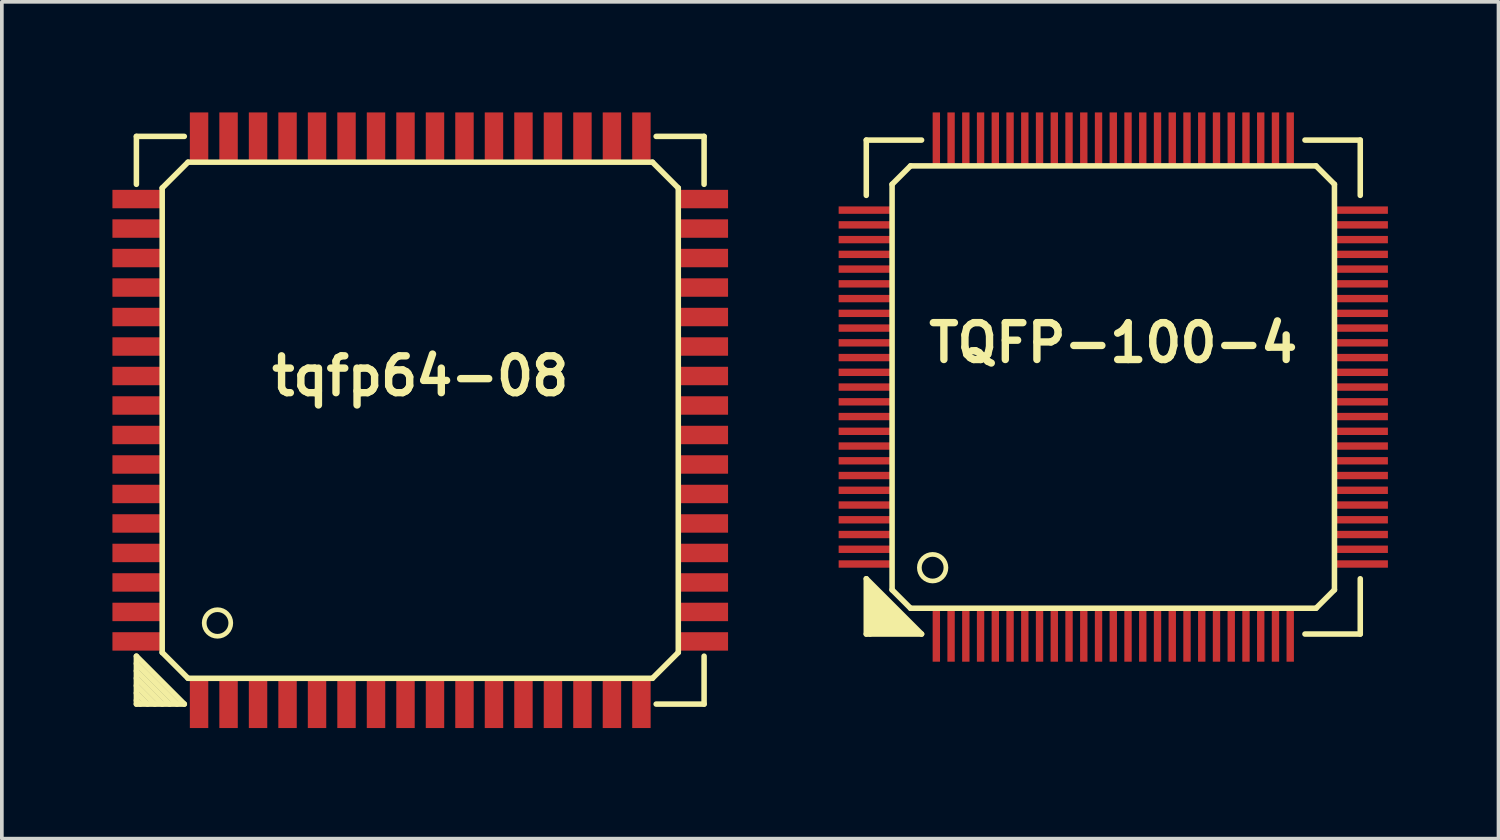
<source format=kicad_pcb>
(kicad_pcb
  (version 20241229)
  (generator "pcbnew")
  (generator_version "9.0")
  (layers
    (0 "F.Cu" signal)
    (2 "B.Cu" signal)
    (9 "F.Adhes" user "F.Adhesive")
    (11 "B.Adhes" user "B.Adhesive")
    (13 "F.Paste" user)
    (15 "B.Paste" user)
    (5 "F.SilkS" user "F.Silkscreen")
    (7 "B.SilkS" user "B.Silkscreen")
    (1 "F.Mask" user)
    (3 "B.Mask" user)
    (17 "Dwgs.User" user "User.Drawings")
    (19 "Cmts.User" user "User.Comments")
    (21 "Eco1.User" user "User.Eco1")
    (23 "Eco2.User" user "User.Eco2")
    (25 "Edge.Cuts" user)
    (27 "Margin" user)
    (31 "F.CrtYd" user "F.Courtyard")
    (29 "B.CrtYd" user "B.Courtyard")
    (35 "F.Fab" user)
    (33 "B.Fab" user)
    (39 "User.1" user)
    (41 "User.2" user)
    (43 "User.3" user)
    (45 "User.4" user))
  (footprint "tqfp64-08"
    (layer "F.Cu")
    (at 8.35 8.35)
    (property "Reference" "tqfp64-08" (at 0 -1.2 0) (layer "F.SilkS") (effects (font (size 1 1) (thickness 0.2))))
    (attr through_hole)
    (fp_line (start -7.7 -7.7) (end -6.4 -7.7) (stroke (width 0.15) (type solid)) (layer "F.SilkS"))
    (fp_line (start -7.7 -6.4) (end -7.7 -7.7) (stroke (width 0.15) (type solid)) (layer "F.SilkS"))
    (fp_line (start -7.7 6.4) (end -6.4 7.7) (stroke (width 0.15) (type solid)) (layer "F.SilkS"))
    (fp_line (start -7.7 6.6) (end -6.6 7.7) (stroke (width 0.15) (type solid)) (layer "F.SilkS"))
    (fp_line (start -7.7 7) (end -7 7.7) (stroke (width 0.15) (type solid)) (layer "F.SilkS"))
    (fp_line (start -7.7 7.4) (end -7.4 7.7) (stroke (width 0.15) (type solid)) (layer "F.SilkS"))
    (fp_line (start -7.7 7.7) (end -7.7 6.4) (stroke (width 0.15) (type solid)) (layer "F.SilkS"))
    (fp_line (start -7.7 7.7) (end -6.4 7.7) (stroke (width 0.15) (type solid)) (layer "F.SilkS"))
    (fp_line (start -7.6 7.7) (end -7.7 7.6) (stroke (width 0.15) (type solid)) (layer "F.SilkS"))
    (fp_line (start -7.2 7.7) (end -7.7 7.2) (stroke (width 0.15) (type solid)) (layer "F.SilkS"))
    (fp_line (start -7 -6.3) (end -7 6.3) (stroke (width 0.15) (type solid)) (layer "F.SilkS"))
    (fp_line (start -7 6.3) (end -6.3 7) (stroke (width 0.15) (type solid)) (layer "F.SilkS"))
    (fp_line (start -6.8 7.7) (end -7.7 6.8) (stroke (width 0.15) (type solid)) (layer "F.SilkS"))
    (fp_line (start -6.3 -7) (end -7 -6.3) (stroke (width 0.15) (type solid)) (layer "F.SilkS"))
    (fp_line (start -6.3 7) (end 6.3 7) (stroke (width 0.15) (type solid)) (layer "F.SilkS"))
    (fp_line (start 6.3 -7) (end -6.3 -7) (stroke (width 0.15) (type solid)) (layer "F.SilkS"))
    (fp_line (start 6.3 7) (end 7 6.3) (stroke (width 0.15) (type solid)) (layer "F.SilkS"))
    (fp_line (start 6.4 -7.7) (end 7.7 -7.7) (stroke (width 0.15) (type solid)) (layer "F.SilkS"))
    (fp_line (start 6.4 7.7) (end 7.7 7.7) (stroke (width 0.15) (type solid)) (layer "F.SilkS"))
    (fp_line (start 7 -6.3) (end 6.3 -7) (stroke (width 0.15) (type solid)) (layer "F.SilkS"))
    (fp_line (start 7 6.3) (end 7 -6.3) (stroke (width 0.15) (type solid)) (layer "F.SilkS"))
    (fp_line (start 7.7 -7.7) (end 7.7 -6.4) (stroke (width 0.15) (type solid)) (layer "F.SilkS"))
    (fp_line (start 7.7 7.7) (end 7.7 6.4) (stroke (width 0.15) (type solid)) (layer "F.SilkS"))
    (fp_circle (center -5.5 5.5) (end -5.7 5.8) (stroke (width 0.127) (type solid)) (fill no) (layer "F.SilkS"))
    (pad "1" smd rect (at -6 7.7) (size 0.5 1.3) (layers "F.Cu" "F.Mask" "F.Paste"))
    (pad "2" smd rect (at -5.2 7.7) (size 0.5 1.3) (layers "F.Cu" "F.Mask" "F.Paste"))
    (pad "3" smd rect (at -4.4 7.7) (size 0.5 1.3) (layers "F.Cu" "F.Mask" "F.Paste"))
    (pad "4" smd rect (at -3.6 7.7) (size 0.5 1.3) (layers "F.Cu" "F.Mask" "F.Paste"))
    (pad "5" smd rect (at -2.8 7.7) (size 0.5 1.3) (layers "F.Cu" "F.Mask" "F.Paste"))
    (pad "6" smd rect (at -2 7.7) (size 0.5 1.3) (layers "F.Cu" "F.Mask" "F.Paste"))
    (pad "7" smd rect (at -1.2 7.7) (size 0.5 1.3) (layers "F.Cu" "F.Mask" "F.Paste"))
    (pad "8" smd rect (at -0.4 7.7) (size 0.5 1.3) (layers "F.Cu" "F.Mask" "F.Paste"))
    (pad "9" smd rect (at 0.4 7.7) (size 0.5 1.3) (layers "F.Cu" "F.Mask" "F.Paste"))
    (pad "10" smd rect (at 1.2 7.7) (size 0.5 1.3) (layers "F.Cu" "F.Mask" "F.Paste"))
    (pad "11" smd rect (at 2 7.7) (size 0.5 1.3) (layers "F.Cu" "F.Mask" "F.Paste"))
    (pad "12" smd rect (at 2.8 7.7) (size 0.5 1.3) (layers "F.Cu" "F.Mask" "F.Paste"))
    (pad "13" smd rect (at 3.6 7.7) (size 0.5 1.3) (layers "F.Cu" "F.Mask" "F.Paste"))
    (pad "14" smd rect (at 4.4 7.7) (size 0.5 1.3) (layers "F.Cu" "F.Mask" "F.Paste"))
    (pad "15" smd rect (at 5.2 7.7) (size 0.5 1.3) (layers "F.Cu" "F.Mask" "F.Paste"))
    (pad "16" smd rect (at 6 7.7) (size 0.5 1.3) (layers "F.Cu" "F.Mask" "F.Paste"))
    (pad "17" smd rect (at 7.7 6) (size 1.3 0.5) (layers "F.Cu" "F.Mask" "F.Paste"))
    (pad "18" smd rect (at 7.7 5.2) (size 1.3 0.5) (layers "F.Cu" "F.Mask" "F.Paste"))
    (pad "19" smd rect (at 7.7 4.4) (size 1.3 0.5) (layers "F.Cu" "F.Mask" "F.Paste"))
    (pad "20" smd rect (at 7.7 3.6) (size 1.3 0.5) (layers "F.Cu" "F.Mask" "F.Paste"))
    (pad "21" smd rect (at 7.7 2.8) (size 1.3 0.5) (layers "F.Cu" "F.Mask" "F.Paste"))
    (pad "22" smd rect (at 7.7 2) (size 1.3 0.5) (layers "F.Cu" "F.Mask" "F.Paste"))
    (pad "23" smd rect (at 7.7 1.2) (size 1.3 0.5) (layers "F.Cu" "F.Mask" "F.Paste"))
    (pad "24" smd rect (at 7.7 0.4) (size 1.3 0.5) (layers "F.Cu" "F.Mask" "F.Paste"))
    (pad "25" smd rect (at 7.7 -0.4) (size 1.3 0.5) (layers "F.Cu" "F.Mask" "F.Paste"))
    (pad "26" smd rect (at 7.7 -1.2) (size 1.3 0.5) (layers "F.Cu" "F.Mask" "F.Paste"))
    (pad "27" smd rect (at 7.7 -2) (size 1.3 0.5) (layers "F.Cu" "F.Mask" "F.Paste"))
    (pad "28" smd rect (at 7.7 -2.8) (size 1.3 0.5) (layers "F.Cu" "F.Mask" "F.Paste"))
    (pad "29" smd rect (at 7.7 -3.6) (size 1.3 0.5) (layers "F.Cu" "F.Mask" "F.Paste"))
    (pad "30" smd rect (at 7.7 -4.4) (size 1.3 0.5) (layers "F.Cu" "F.Mask" "F.Paste"))
    (pad "31" smd rect (at 7.7 -5.2) (size 1.3 0.5) (layers "F.Cu" "F.Mask" "F.Paste"))
    (pad "32" smd rect (at 7.7 -6) (size 1.3 0.5) (layers "F.Cu" "F.Mask" "F.Paste"))
    (pad "33" smd rect (at 6 -7.7) (size 0.5 1.3) (layers "F.Cu" "F.Mask" "F.Paste"))
    (pad "34" smd rect (at 5.2 -7.7) (size 0.5 1.3) (layers "F.Cu" "F.Mask" "F.Paste"))
    (pad "35" smd rect (at 4.4 -7.7) (size 0.5 1.3) (layers "F.Cu" "F.Mask" "F.Paste"))
    (pad "36" smd rect (at 3.6 -7.7) (size 0.5 1.3) (layers "F.Cu" "F.Mask" "F.Paste"))
    (pad "37" smd rect (at 2.8 -7.7) (size 0.5 1.3) (layers "F.Cu" "F.Mask" "F.Paste"))
    (pad "38" smd rect (at 2 -7.7) (size 0.5 1.3) (layers "F.Cu" "F.Mask" "F.Paste"))
    (pad "39" smd rect (at 1.2 -7.7) (size 0.5 1.3) (layers "F.Cu" "F.Mask" "F.Paste"))
    (pad "40" smd rect (at 0.4 -7.7) (size 0.5 1.3) (layers "F.Cu" "F.Mask" "F.Paste"))
    (pad "41" smd rect (at -0.4 -7.7) (size 0.5 1.3) (layers "F.Cu" "F.Mask" "F.Paste"))
    (pad "42" smd rect (at -1.2 -7.7) (size 0.5 1.3) (layers "F.Cu" "F.Mask" "F.Paste"))
    (pad "43" smd rect (at -2 -7.7) (size 0.5 1.3) (layers "F.Cu" "F.Mask" "F.Paste"))
    (pad "44" smd rect (at -2.8 -7.7) (size 0.5 1.3) (layers "F.Cu" "F.Mask" "F.Paste"))
    (pad "45" smd rect (at -3.6 -7.7) (size 0.5 1.3) (layers "F.Cu" "F.Mask" "F.Paste"))
    (pad "46" smd rect (at -4.4 -7.7) (size 0.5 1.3) (layers "F.Cu" "F.Mask" "F.Paste"))
    (pad "47" smd rect (at -5.2 -7.7) (size 0.5 1.3) (layers "F.Cu" "F.Mask" "F.Paste"))
    (pad "48" smd rect (at -6 -7.7) (size 0.5 1.3) (layers "F.Cu" "F.Mask" "F.Paste"))
    (pad "49" smd rect (at -7.7 -6) (size 1.3 0.5) (layers "F.Cu" "F.Mask" "F.Paste"))
    (pad "50" smd rect (at -7.7 -5.2) (size 1.3 0.5) (layers "F.Cu" "F.Mask" "F.Paste"))
    (pad "51" smd rect (at -7.7 -4.4) (size 1.3 0.5) (layers "F.Cu" "F.Mask" "F.Paste"))
    (pad "52" smd rect (at -7.7 -3.6) (size 1.3 0.5) (layers "F.Cu" "F.Mask" "F.Paste"))
    (pad "53" smd rect (at -7.7 -2.8) (size 1.3 0.5) (layers "F.Cu" "F.Mask" "F.Paste"))
    (pad "54" smd rect (at -7.7 -2) (size 1.3 0.5) (layers "F.Cu" "F.Mask" "F.Paste"))
    (pad "55" smd rect (at -7.7 -1.2) (size 1.3 0.5) (layers "F.Cu" "F.Mask" "F.Paste"))
    (pad "56" smd rect (at -7.7 -0.4) (size 1.3 0.5) (layers "F.Cu" "F.Mask" "F.Paste"))
    (pad "57" smd rect (at -7.7 0.4) (size 1.3 0.5) (layers "F.Cu" "F.Mask" "F.Paste"))
    (pad "58" smd rect (at -7.7 1.2) (size 1.3 0.5) (layers "F.Cu" "F.Mask" "F.Paste"))
    (pad "59" smd rect (at -7.7 2) (size 1.3 0.5) (layers "F.Cu" "F.Mask" "F.Paste"))
    (pad "60" smd rect (at -7.7 2.8) (size 1.3 0.5) (layers "F.Cu" "F.Mask" "F.Paste"))
    (pad "61" smd rect (at -7.7 3.6) (size 1.3 0.5) (layers "F.Cu" "F.Mask" "F.Paste"))
    (pad "62" smd rect (at -7.7 4.4) (size 1.3 0.5) (layers "F.Cu" "F.Mask" "F.Paste"))
    (pad "63" smd rect (at -7.7 5.2) (size 1.3 0.5) (layers "F.Cu" "F.Mask" "F.Paste"))
    (pad "64" smd rect (at -7.7 6) (size 1.3 0.5) (layers "F.Cu" "F.Mask" "F.Paste")))
  (footprint "TQFP-100-4"
    (layer "F.Cu")
    (at 27.15 7.45)
    (property "Reference" "TQFP-100-4" (at 0 -1.2 0) (layer "F.SilkS") (effects (font (size 1 1) (thickness 0.2))))
    (attr through_hole)
    (fp_line (start -6.7 -6.7) (end -6.7 -5.2) (stroke (width 0.15) (type solid)) (layer "F.SilkS"))
    (fp_line (start -6.7 5.2) (end -6.7 6.7) (stroke (width 0.15) (type solid)) (layer "F.SilkS"))
    (fp_line (start -6.7 5.2) (end -5.2 6.7) (stroke (width 0.15) (type solid)) (layer "F.SilkS"))
    (fp_line (start -6.7 6.7) (end -5.2 6.7) (stroke (width 0.15) (type solid)) (layer "F.SilkS"))
    (fp_line (start -6.6 5.4) (end -5.4 6.6) (stroke (width 0.15) (type solid)) (layer "F.SilkS"))
    (fp_line (start -6.6 6.7) (end -6.6 5.4) (stroke (width 0.15) (type solid)) (layer "F.SilkS"))
    (fp_line (start -6.5 5.6) (end -5.6 6.5) (stroke (width 0.15) (type solid)) (layer "F.SilkS"))
    (fp_line (start -6.5 6.6) (end -6.5 5.6) (stroke (width 0.15) (type solid)) (layer "F.SilkS"))
    (fp_line (start -6.4 5.8) (end -5.8 6.4) (stroke (width 0.15) (type solid)) (layer "F.SilkS"))
    (fp_line (start -6.4 6.5) (end -6.4 5.8) (stroke (width 0.15) (type solid)) (layer "F.SilkS"))
    (fp_line (start -6.3 6) (end -6 6.3) (stroke (width 0.15) (type solid)) (layer "F.SilkS"))
    (fp_line (start -6.3 6.4) (end -6.3 6) (stroke (width 0.15) (type solid)) (layer "F.SilkS"))
    (fp_line (start -6.2 6.3) (end -6.2 6.2) (stroke (width 0.15) (type solid)) (layer "F.SilkS"))
    (fp_line (start -6 -5.5) (end -6 5.5) (stroke (width 0.15) (type solid)) (layer "F.SilkS"))
    (fp_line (start -6 -5.5) (end -5.5 -6) (stroke (width 0.15) (type solid)) (layer "F.SilkS"))
    (fp_line (start -6 6.3) (end -6.2 6.3) (stroke (width 0.15) (type solid)) (layer "F.SilkS"))
    (fp_line (start -5.8 6.4) (end -6.3 6.4) (stroke (width 0.15) (type solid)) (layer "F.SilkS"))
    (fp_line (start -5.6 6.5) (end -6.4 6.5) (stroke (width 0.15) (type solid)) (layer "F.SilkS"))
    (fp_line (start -5.5 6) (end -6 5.5) (stroke (width 0.15) (type solid)) (layer "F.SilkS"))
    (fp_line (start -5.5 6) (end 5.5 6) (stroke (width 0.15) (type solid)) (layer "F.SilkS"))
    (fp_line (start -5.4 6.6) (end -6.5 6.6) (stroke (width 0.15) (type solid)) (layer "F.SilkS"))
    (fp_line (start -5.2 -6.7) (end -6.7 -6.7) (stroke (width 0.15) (type solid)) (layer "F.SilkS"))
    (fp_line (start 5.5 -6) (end -5.5 -6) (stroke (width 0.15) (type solid)) (layer "F.SilkS"))
    (fp_line (start 5.5 -6) (end 6 -5.5) (stroke (width 0.15) (type solid)) (layer "F.SilkS"))
    (fp_line (start 6 5.5) (end 5.5 6) (stroke (width 0.15) (type solid)) (layer "F.SilkS"))
    (fp_line (start 6 5.5) (end 6 -5.5) (stroke (width 0.15) (type solid)) (layer "F.SilkS"))
    (fp_line (start 6.7 -6.7) (end 5.2 -6.7) (stroke (width 0.15) (type solid)) (layer "F.SilkS"))
    (fp_line (start 6.7 -5.2) (end 6.7 -6.7) (stroke (width 0.15) (type solid)) (layer "F.SilkS"))
    (fp_line (start 6.7 6.7) (end 5.2 6.7) (stroke (width 0.15) (type solid)) (layer "F.SilkS"))
    (fp_line (start 6.7 6.7) (end 6.7 5.2) (stroke (width 0.15) (type solid)) (layer "F.SilkS"))
    (fp_circle (center -4.9 4.9) (end -5.1 5.2) (stroke (width 0.127) (type solid)) (fill no) (layer "F.SilkS"))
    (pad "1" smd rect (at -4.8 6.7) (size 0.2 1.5) (layers "F.Cu" "F.Mask" "F.Paste"))
    (pad "2" smd rect (at -4.4 6.7) (size 0.2 1.5) (layers "F.Cu" "F.Mask" "F.Paste"))
    (pad "3" smd rect (at -4 6.7) (size 0.2 1.5) (layers "F.Cu" "F.Mask" "F.Paste"))
    (pad "4" smd rect (at -3.6 6.7) (size 0.2 1.5) (layers "F.Cu" "F.Mask" "F.Paste"))
    (pad "5" smd rect (at -3.2 6.7) (size 0.2 1.5) (layers "F.Cu" "F.Mask" "F.Paste"))
    (pad "6" smd rect (at -2.8 6.7) (size 0.2 1.5) (layers "F.Cu" "F.Mask" "F.Paste"))
    (pad "7" smd rect (at -2.4 6.7) (size 0.2 1.5) (layers "F.Cu" "F.Mask" "F.Paste"))
    (pad "8" smd rect (at -2 6.7) (size 0.2 1.5) (layers "F.Cu" "F.Mask" "F.Paste"))
    (pad "9" smd rect (at -1.6 6.7) (size 0.2 1.5) (layers "F.Cu" "F.Mask" "F.Paste"))
    (pad "10" smd rect (at -1.2 6.7) (size 0.2 1.5) (layers "F.Cu" "F.Mask" "F.Paste"))
    (pad "11" smd rect (at -0.8 6.7) (size 0.2 1.5) (layers "F.Cu" "F.Mask" "F.Paste"))
    (pad "12" smd rect (at -0.4 6.7) (size 0.2 1.5) (layers "F.Cu" "F.Mask" "F.Paste"))
    (pad "13" smd rect (at 0 6.7) (size 0.2 1.5) (layers "F.Cu" "F.Mask" "F.Paste"))
    (pad "14" smd rect (at 0.4 6.7) (size 0.2 1.5) (layers "F.Cu" "F.Mask" "F.Paste"))
    (pad "15" smd rect (at 0.8 6.7) (size 0.2 1.5) (layers "F.Cu" "F.Mask" "F.Paste"))
    (pad "16" smd rect (at 1.2 6.7) (size 0.2 1.5) (layers "F.Cu" "F.Mask" "F.Paste"))
    (pad "17" smd rect (at 1.6 6.7) (size 0.2 1.5) (layers "F.Cu" "F.Mask" "F.Paste"))
    (pad "18" smd rect (at 2 6.7) (size 0.2 1.5) (layers "F.Cu" "F.Mask" "F.Paste"))
    (pad "19" smd rect (at 2.4 6.7) (size 0.2 1.5) (layers "F.Cu" "F.Mask" "F.Paste"))
    (pad "20" smd rect (at 2.8 6.7) (size 0.2 1.5) (layers "F.Cu" "F.Mask" "F.Paste"))
    (pad "21" smd rect (at 3.2 6.7) (size 0.2 1.5) (layers "F.Cu" "F.Mask" "F.Paste"))
    (pad "22" smd rect (at 3.6 6.7) (size 0.2 1.5) (layers "F.Cu" "F.Mask" "F.Paste"))
    (pad "23" smd rect (at 4 6.7) (size 0.2 1.5) (layers "F.Cu" "F.Mask" "F.Paste"))
    (pad "24" smd rect (at 4.4 6.7) (size 0.2 1.5) (layers "F.Cu" "F.Mask" "F.Paste"))
    (pad "25" smd rect (at 4.8 6.7) (size 0.2 1.5) (layers "F.Cu" "F.Mask" "F.Paste"))
    (pad "26" smd rect (at 6.7 4.8) (size 1.5 0.2) (layers "F.Cu" "F.Mask" "F.Paste"))
    (pad "27" smd rect (at 6.7 4.4) (size 1.5 0.2) (layers "F.Cu" "F.Mask" "F.Paste"))
    (pad "28" smd rect (at 6.7 4) (size 1.5 0.2) (layers "F.Cu" "F.Mask" "F.Paste"))
    (pad "29" smd rect (at 6.7 3.6) (size 1.5 0.2) (layers "F.Cu" "F.Mask" "F.Paste"))
    (pad "30" smd rect (at 6.7 3.2) (size 1.5 0.2) (layers "F.Cu" "F.Mask" "F.Paste"))
    (pad "31" smd rect (at 6.7 2.8) (size 1.5 0.2) (layers "F.Cu" "F.Mask" "F.Paste"))
    (pad "32" smd rect (at 6.7 2.4) (size 1.5 0.2) (layers "F.Cu" "F.Mask" "F.Paste"))
    (pad "33" smd rect (at 6.7 2) (size 1.5 0.2) (layers "F.Cu" "F.Mask" "F.Paste"))
    (pad "34" smd rect (at 6.7 1.6) (size 1.5 0.2) (layers "F.Cu" "F.Mask" "F.Paste"))
    (pad "35" smd rect (at 6.7 1.2) (size 1.5 0.2) (layers "F.Cu" "F.Mask" "F.Paste"))
    (pad "36" smd rect (at 6.7 0.8) (size 1.5 0.2) (layers "F.Cu" "F.Mask" "F.Paste"))
    (pad "37" smd rect (at 6.7 0.4) (size 1.5 0.2) (layers "F.Cu" "F.Mask" "F.Paste"))
    (pad "38" smd rect (at 6.7 0) (size 1.5 0.2) (layers "F.Cu" "F.Mask" "F.Paste"))
    (pad "39" smd rect (at 6.7 -0.4) (size 1.5 0.2) (layers "F.Cu" "F.Mask" "F.Paste"))
    (pad "40" smd rect (at 6.7 -0.8) (size 1.5 0.2) (layers "F.Cu" "F.Mask" "F.Paste"))
    (pad "41" smd rect (at 6.7 -1.2) (size 1.5 0.2) (layers "F.Cu" "F.Mask" "F.Paste"))
    (pad "42" smd rect (at 6.7 -1.6) (size 1.5 0.2) (layers "F.Cu" "F.Mask" "F.Paste"))
    (pad "43" smd rect (at 6.7 -2) (size 1.5 0.2) (layers "F.Cu" "F.Mask" "F.Paste"))
    (pad "44" smd rect (at 6.7 -2.4) (size 1.5 0.2) (layers "F.Cu" "F.Mask" "F.Paste"))
    (pad "45" smd rect (at 6.7 -2.8) (size 1.5 0.2) (layers "F.Cu" "F.Mask" "F.Paste"))
    (pad "46" smd rect (at 6.7 -3.2) (size 1.5 0.2) (layers "F.Cu" "F.Mask" "F.Paste"))
    (pad "47" smd rect (at 6.7 -3.6) (size 1.5 0.2) (layers "F.Cu" "F.Mask" "F.Paste"))
    (pad "48" smd rect (at 6.7 -4) (size 1.5 0.2) (layers "F.Cu" "F.Mask" "F.Paste"))
    (pad "49" smd rect (at 6.7 -4.4) (size 1.5 0.2) (layers "F.Cu" "F.Mask" "F.Paste"))
    (pad "50" smd rect (at 6.7 -4.8) (size 1.5 0.2) (layers "F.Cu" "F.Mask" "F.Paste"))
    (pad "51" smd rect (at 4.8 -6.7) (size 0.2 1.5) (layers "F.Cu" "F.Mask" "F.Paste"))
    (pad "52" smd rect (at 4.4 -6.7) (size 0.2 1.5) (layers "F.Cu" "F.Mask" "F.Paste"))
    (pad "53" smd rect (at 4 -6.7) (size 0.2 1.5) (layers "F.Cu" "F.Mask" "F.Paste"))
    (pad "54" smd rect (at 3.6 -6.7) (size 0.2 1.5) (layers "F.Cu" "F.Mask" "F.Paste"))
    (pad "55" smd rect (at 3.2 -6.7) (size 0.2 1.5) (layers "F.Cu" "F.Mask" "F.Paste"))
    (pad "56" smd rect (at 2.8 -6.7) (size 0.2 1.5) (layers "F.Cu" "F.Mask" "F.Paste"))
    (pad "57" smd rect (at 2.4 -6.7) (size 0.2 1.5) (layers "F.Cu" "F.Mask" "F.Paste"))
    (pad "58" smd rect (at 2 -6.7) (size 0.2 1.5) (layers "F.Cu" "F.Mask" "F.Paste"))
    (pad "59" smd rect (at 1.6 -6.7) (size 0.2 1.5) (layers "F.Cu" "F.Mask" "F.Paste"))
    (pad "60" smd rect (at 1.2 -6.7) (size 0.2 1.5) (layers "F.Cu" "F.Mask" "F.Paste"))
    (pad "61" smd rect (at 0.8 -6.7) (size 0.2 1.5) (layers "F.Cu" "F.Mask" "F.Paste"))
    (pad "62" smd rect (at 0.4 -6.7) (size 0.2 1.5) (layers "F.Cu" "F.Mask" "F.Paste"))
    (pad "63" smd rect (at 0 -6.7) (size 0.2 1.5) (layers "F.Cu" "F.Mask" "F.Paste"))
    (pad "64" smd rect (at -0.4 -6.7) (size 0.2 1.5) (layers "F.Cu" "F.Mask" "F.Paste"))
    (pad "65" smd rect (at -0.8 -6.7) (size 0.2 1.5) (layers "F.Cu" "F.Mask" "F.Paste"))
    (pad "66" smd rect (at -1.2 -6.7) (size 0.2 1.5) (layers "F.Cu" "F.Mask" "F.Paste"))
    (pad "67" smd rect (at -1.6 -6.7) (size 0.2 1.5) (layers "F.Cu" "F.Mask" "F.Paste"))
    (pad "68" smd rect (at -2 -6.7) (size 0.2 1.5) (layers "F.Cu" "F.Mask" "F.Paste"))
    (pad "69" smd rect (at -2.4 -6.7) (size 0.2 1.5) (layers "F.Cu" "F.Mask" "F.Paste"))
    (pad "70" smd rect (at -2.8 -6.7) (size 0.2 1.5) (layers "F.Cu" "F.Mask" "F.Paste"))
    (pad "71" smd rect (at -3.2 -6.7) (size 0.2 1.5) (layers "F.Cu" "F.Mask" "F.Paste"))
    (pad "72" smd rect (at -3.6 -6.7) (size 0.2 1.5) (layers "F.Cu" "F.Mask" "F.Paste"))
    (pad "73" smd rect (at -4 -6.7) (size 0.2 1.5) (layers "F.Cu" "F.Mask" "F.Paste"))
    (pad "74" smd rect (at -4.4 -6.7) (size 0.2 1.5) (layers "F.Cu" "F.Mask" "F.Paste"))
    (pad "75" smd rect (at -4.8 -6.7) (size 0.2 1.5) (layers "F.Cu" "F.Mask" "F.Paste"))
    (pad "76" smd rect (at -6.7 -4.8) (size 1.5 0.2) (layers "F.Cu" "F.Mask" "F.Paste"))
    (pad "77" smd rect (at -6.7 -4.4) (size 1.5 0.2) (layers "F.Cu" "F.Mask" "F.Paste"))
    (pad "78" smd rect (at -6.7 -4) (size 1.5 0.2) (layers "F.Cu" "F.Mask" "F.Paste"))
    (pad "79" smd rect (at -6.7 -3.6) (size 1.5 0.2) (layers "F.Cu" "F.Mask" "F.Paste"))
    (pad "80" smd rect (at -6.7 -3.2) (size 1.5 0.2) (layers "F.Cu" "F.Mask" "F.Paste"))
    (pad "81" smd rect (at -6.7 -2.8) (size 1.5 0.2) (layers "F.Cu" "F.Mask" "F.Paste"))
    (pad "82" smd rect (at -6.7 -2.4) (size 1.5 0.2) (layers "F.Cu" "F.Mask" "F.Paste"))
    (pad "83" smd rect (at -6.7 -2) (size 1.5 0.2) (layers "F.Cu" "F.Mask" "F.Paste"))
    (pad "84" smd rect (at -6.7 -1.6) (size 1.5 0.2) (layers "F.Cu" "F.Mask" "F.Paste"))
    (pad "85" smd rect (at -6.7 -1.2) (size 1.5 0.2) (layers "F.Cu" "F.Mask" "F.Paste"))
    (pad "86" smd rect (at -6.7 -0.8) (size 1.5 0.2) (layers "F.Cu" "F.Mask" "F.Paste"))
    (pad "87" smd rect (at -6.7 -0.4) (size 1.5 0.2) (layers "F.Cu" "F.Mask" "F.Paste"))
    (pad "88" smd rect (at -6.7 0) (size 1.5 0.2) (layers "F.Cu" "F.Mask" "F.Paste"))
    (pad "89" smd rect (at -6.7 0.4) (size 1.5 0.2) (layers "F.Cu" "F.Mask" "F.Paste"))
    (pad "90" smd rect (at -6.7 0.8) (size 1.5 0.2) (layers "F.Cu" "F.Mask" "F.Paste"))
    (pad "91" smd rect (at -6.7 1.2) (size 1.5 0.2) (layers "F.Cu" "F.Mask" "F.Paste"))
    (pad "92" smd rect (at -6.7 1.6) (size 1.5 0.2) (layers "F.Cu" "F.Mask" "F.Paste"))
    (pad "93" smd rect (at -6.7 2) (size 1.5 0.2) (layers "F.Cu" "F.Mask" "F.Paste"))
    (pad "94" smd rect (at -6.7 2.4) (size 1.5 0.2) (layers "F.Cu" "F.Mask" "F.Paste"))
    (pad "95" smd rect (at -6.7 2.8) (size 1.5 0.2) (layers "F.Cu" "F.Mask" "F.Paste"))
    (pad "96" smd rect (at -6.7 3.2) (size 1.5 0.2) (layers "F.Cu" "F.Mask" "F.Paste"))
    (pad "97" smd rect (at -6.7 3.6) (size 1.5 0.2) (layers "F.Cu" "F.Mask" "F.Paste"))
    (pad "98" smd rect (at -6.7 4) (size 1.5 0.2) (layers "F.Cu" "F.Mask" "F.Paste"))
    (pad "99" smd rect (at -6.7 4.4) (size 1.5 0.2) (layers "F.Cu" "F.Mask" "F.Paste"))
    (pad "100" smd rect (at -6.7 4.8) (size 1.5 0.2) (layers "F.Cu" "F.Mask" "F.Paste")))
  (gr_rect
    (start -3 -3)
    (end 37.6 19.7)
    (stroke (width 0.1) (type default))
    (fill no)
    (layer "Edge.Cuts")))
</source>
